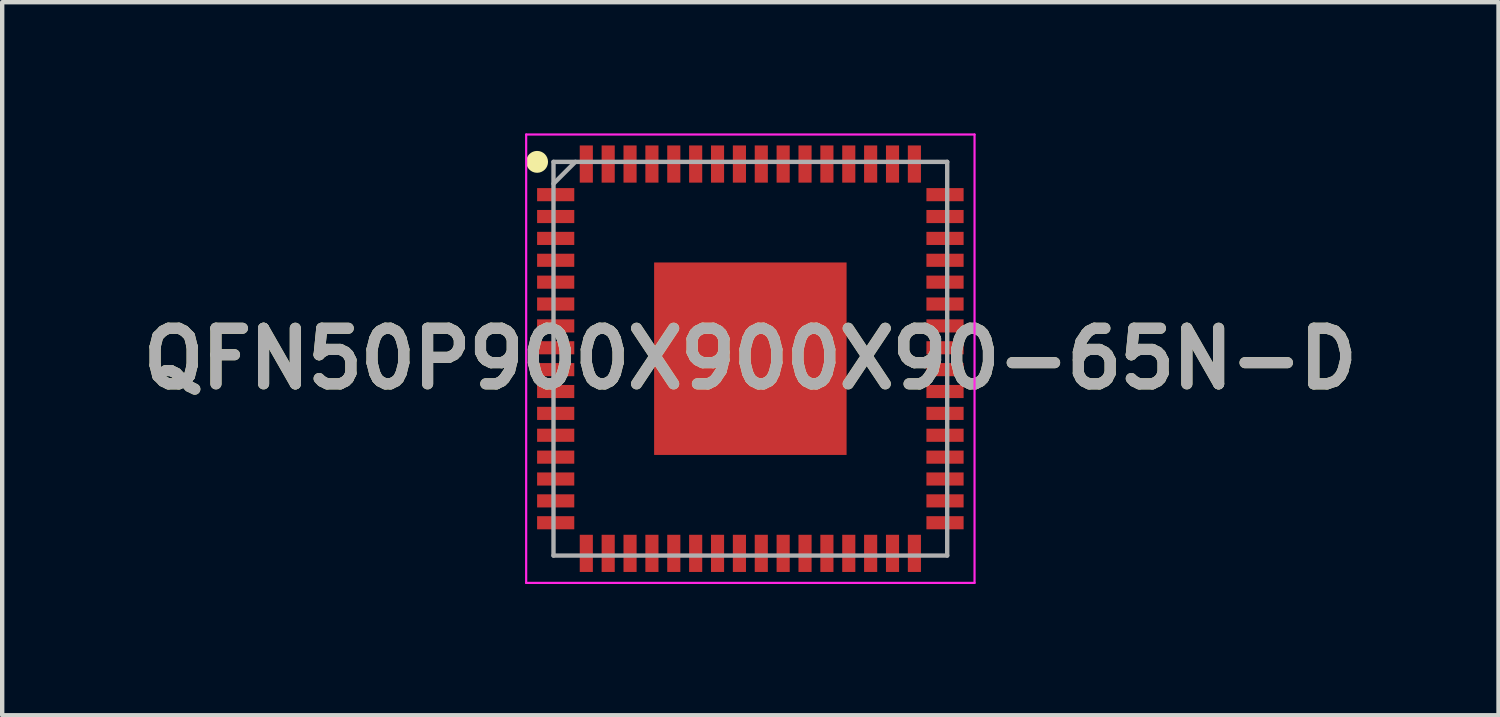
<source format=kicad_pcb>
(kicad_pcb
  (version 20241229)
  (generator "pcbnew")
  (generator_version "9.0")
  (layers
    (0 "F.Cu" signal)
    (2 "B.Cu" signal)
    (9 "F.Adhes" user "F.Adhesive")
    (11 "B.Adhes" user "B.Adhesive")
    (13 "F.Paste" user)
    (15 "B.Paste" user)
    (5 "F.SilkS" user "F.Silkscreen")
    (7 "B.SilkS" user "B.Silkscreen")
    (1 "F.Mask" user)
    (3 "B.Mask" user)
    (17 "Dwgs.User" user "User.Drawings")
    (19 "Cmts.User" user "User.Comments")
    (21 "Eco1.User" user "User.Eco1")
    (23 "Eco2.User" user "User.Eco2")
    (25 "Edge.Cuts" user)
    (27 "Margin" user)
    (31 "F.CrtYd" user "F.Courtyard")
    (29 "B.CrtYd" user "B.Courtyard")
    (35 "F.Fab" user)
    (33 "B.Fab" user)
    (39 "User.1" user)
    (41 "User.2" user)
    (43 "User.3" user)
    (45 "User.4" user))
  (footprint "QFN50P900X900X90-65N-D"
    (layer "F.Cu")
    (at 14.103 5.15)
    (property "Reference" "QFN50P900X900X90-65N-D" (at 0 0 0) (layer "F.SilkS") (effects (font (size 1.27 1.27) (thickness 0.254))))
    (attr smd)
    (fp_circle (center -4.875 -4.5) (end -4.875 -4.375) (stroke (width 0.25) (type solid)) (fill no) (layer "F.SilkS"))
    (fp_line (start -5.125 -5.125) (end 5.125 -5.125) (stroke (width 0.05) (type solid)) (layer "F.CrtYd"))
    (fp_line (start -5.125 5.125) (end -5.125 -5.125) (stroke (width 0.05) (type solid)) (layer "F.CrtYd"))
    (fp_line (start 5.125 -5.125) (end 5.125 5.125) (stroke (width 0.05) (type solid)) (layer "F.CrtYd"))
    (fp_line (start 5.125 5.125) (end -5.125 5.125) (stroke (width 0.05) (type solid)) (layer "F.CrtYd"))
    (fp_line (start -4.5 -4.5) (end 4.5 -4.5) (stroke (width 0.1) (type solid)) (layer "F.Fab"))
    (fp_line (start -4.5 -4) (end -4 -4.5) (stroke (width 0.1) (type solid)) (layer "F.Fab"))
    (fp_line (start -4.5 4.5) (end -4.5 -4.5) (stroke (width 0.1) (type solid)) (layer "F.Fab"))
    (fp_line (start 4.5 -4.5) (end 4.5 4.5) (stroke (width 0.1) (type solid)) (layer "F.Fab"))
    (fp_line (start 4.5 4.5) (end -4.5 4.5) (stroke (width 0.1) (type solid)) (layer "F.Fab"))
    (fp_text user "${REFERENCE}" (at 0 0 0) (layer "F.Fab") (effects (font (size 1.27 1.27) (thickness 0.254))))
    (pad "1" smd rect (at -4.45 -3.75 90) (size 0.3 0.85) (layers "F.Cu" "F.Mask" "F.Paste"))
    (pad "2" smd rect (at -4.45 -3.25 90) (size 0.3 0.85) (layers "F.Cu" "F.Mask" "F.Paste"))
    (pad "3" smd rect (at -4.45 -2.75 90) (size 0.3 0.85) (layers "F.Cu" "F.Mask" "F.Paste"))
    (pad "4" smd rect (at -4.45 -2.25 90) (size 0.3 0.85) (layers "F.Cu" "F.Mask" "F.Paste"))
    (pad "5" smd rect (at -4.45 -1.75 90) (size 0.3 0.85) (layers "F.Cu" "F.Mask" "F.Paste"))
    (pad "6" smd rect (at -4.45 -1.25 90) (size 0.3 0.85) (layers "F.Cu" "F.Mask" "F.Paste"))
    (pad "7" smd rect (at -4.45 -0.75 90) (size 0.3 0.85) (layers "F.Cu" "F.Mask" "F.Paste"))
    (pad "8" smd rect (at -4.45 -0.25 90) (size 0.3 0.85) (layers "F.Cu" "F.Mask" "F.Paste"))
    (pad "9" smd rect (at -4.45 0.25 90) (size 0.3 0.85) (layers "F.Cu" "F.Mask" "F.Paste"))
    (pad "10" smd rect (at -4.45 0.75 90) (size 0.3 0.85) (layers "F.Cu" "F.Mask" "F.Paste"))
    (pad "11" smd rect (at -4.45 1.25 90) (size 0.3 0.85) (layers "F.Cu" "F.Mask" "F.Paste"))
    (pad "12" smd rect (at -4.45 1.75 90) (size 0.3 0.85) (layers "F.Cu" "F.Mask" "F.Paste"))
    (pad "13" smd rect (at -4.45 2.25 90) (size 0.3 0.85) (layers "F.Cu" "F.Mask" "F.Paste"))
    (pad "14" smd rect (at -4.45 2.75 90) (size 0.3 0.85) (layers "F.Cu" "F.Mask" "F.Paste"))
    (pad "15" smd rect (at -4.45 3.25 90) (size 0.3 0.85) (layers "F.Cu" "F.Mask" "F.Paste"))
    (pad "16" smd rect (at -4.45 3.75 90) (size 0.3 0.85) (layers "F.Cu" "F.Mask" "F.Paste"))
    (pad "17" smd rect (at -3.75 4.45) (size 0.3 0.85) (layers "F.Cu" "F.Mask" "F.Paste"))
    (pad "18" smd rect (at -3.25 4.45) (size 0.3 0.85) (layers "F.Cu" "F.Mask" "F.Paste"))
    (pad "19" smd rect (at -2.75 4.45) (size 0.3 0.85) (layers "F.Cu" "F.Mask" "F.Paste"))
    (pad "20" smd rect (at -2.25 4.45) (size 0.3 0.85) (layers "F.Cu" "F.Mask" "F.Paste"))
    (pad "21" smd rect (at -1.75 4.45) (size 0.3 0.85) (layers "F.Cu" "F.Mask" "F.Paste"))
    (pad "22" smd rect (at -1.25 4.45) (size 0.3 0.85) (layers "F.Cu" "F.Mask" "F.Paste"))
    (pad "23" smd rect (at -0.75 4.45) (size 0.3 0.85) (layers "F.Cu" "F.Mask" "F.Paste"))
    (pad "24" smd rect (at -0.25 4.45) (size 0.3 0.85) (layers "F.Cu" "F.Mask" "F.Paste"))
    (pad "25" smd rect (at 0.25 4.45) (size 0.3 0.85) (layers "F.Cu" "F.Mask" "F.Paste"))
    (pad "26" smd rect (at 0.75 4.45) (size 0.3 0.85) (layers "F.Cu" "F.Mask" "F.Paste"))
    (pad "27" smd rect (at 1.25 4.45) (size 0.3 0.85) (layers "F.Cu" "F.Mask" "F.Paste"))
    (pad "28" smd rect (at 1.75 4.45) (size 0.3 0.85) (layers "F.Cu" "F.Mask" "F.Paste"))
    (pad "29" smd rect (at 2.25 4.45) (size 0.3 0.85) (layers "F.Cu" "F.Mask" "F.Paste"))
    (pad "30" smd rect (at 2.75 4.45) (size 0.3 0.85) (layers "F.Cu" "F.Mask" "F.Paste"))
    (pad "31" smd rect (at 3.25 4.45) (size 0.3 0.85) (layers "F.Cu" "F.Mask" "F.Paste"))
    (pad "32" smd rect (at 3.75 4.45) (size 0.3 0.85) (layers "F.Cu" "F.Mask" "F.Paste"))
    (pad "33" smd rect (at 4.45 3.75 90) (size 0.3 0.85) (layers "F.Cu" "F.Mask" "F.Paste"))
    (pad "34" smd rect (at 4.45 3.25 90) (size 0.3 0.85) (layers "F.Cu" "F.Mask" "F.Paste"))
    (pad "35" smd rect (at 4.45 2.75 90) (size 0.3 0.85) (layers "F.Cu" "F.Mask" "F.Paste"))
    (pad "36" smd rect (at 4.45 2.25 90) (size 0.3 0.85) (layers "F.Cu" "F.Mask" "F.Paste"))
    (pad "37" smd rect (at 4.45 1.75 90) (size 0.3 0.85) (layers "F.Cu" "F.Mask" "F.Paste"))
    (pad "38" smd rect (at 4.45 1.25 90) (size 0.3 0.85) (layers "F.Cu" "F.Mask" "F.Paste"))
    (pad "39" smd rect (at 4.45 0.75 90) (size 0.3 0.85) (layers "F.Cu" "F.Mask" "F.Paste"))
    (pad "40" smd rect (at 4.45 0.25 90) (size 0.3 0.85) (layers "F.Cu" "F.Mask" "F.Paste"))
    (pad "41" smd rect (at 4.45 -0.25 90) (size 0.3 0.85) (layers "F.Cu" "F.Mask" "F.Paste"))
    (pad "42" smd rect (at 4.45 -0.75 90) (size 0.3 0.85) (layers "F.Cu" "F.Mask" "F.Paste"))
    (pad "43" smd rect (at 4.45 -1.25 90) (size 0.3 0.85) (layers "F.Cu" "F.Mask" "F.Paste"))
    (pad "44" smd rect (at 4.45 -1.75 90) (size 0.3 0.85) (layers "F.Cu" "F.Mask" "F.Paste"))
    (pad "45" smd rect (at 4.45 -2.25 90) (size 0.3 0.85) (layers "F.Cu" "F.Mask" "F.Paste"))
    (pad "46" smd rect (at 4.45 -2.75 90) (size 0.3 0.85) (layers "F.Cu" "F.Mask" "F.Paste"))
    (pad "47" smd rect (at 4.45 -3.25 90) (size 0.3 0.85) (layers "F.Cu" "F.Mask" "F.Paste"))
    (pad "48" smd rect (at 4.45 -3.75 90) (size 0.3 0.85) (layers "F.Cu" "F.Mask" "F.Paste"))
    (pad "49" smd rect (at 3.75 -4.45) (size 0.3 0.85) (layers "F.Cu" "F.Mask" "F.Paste"))
    (pad "50" smd rect (at 3.25 -4.45) (size 0.3 0.85) (layers "F.Cu" "F.Mask" "F.Paste"))
    (pad "51" smd rect (at 2.75 -4.45) (size 0.3 0.85) (layers "F.Cu" "F.Mask" "F.Paste"))
    (pad "52" smd rect (at 2.25 -4.45) (size 0.3 0.85) (layers "F.Cu" "F.Mask" "F.Paste"))
    (pad "53" smd rect (at 1.75 -4.45) (size 0.3 0.85) (layers "F.Cu" "F.Mask" "F.Paste"))
    (pad "54" smd rect (at 1.25 -4.45) (size 0.3 0.85) (layers "F.Cu" "F.Mask" "F.Paste"))
    (pad "55" smd rect (at 0.75 -4.45) (size 0.3 0.85) (layers "F.Cu" "F.Mask" "F.Paste"))
    (pad "56" smd rect (at 0.25 -4.45) (size 0.3 0.85) (layers "F.Cu" "F.Mask" "F.Paste"))
    (pad "57" smd rect (at -0.25 -4.45) (size 0.3 0.85) (layers "F.Cu" "F.Mask" "F.Paste"))
    (pad "58" smd rect (at -0.75 -4.45) (size 0.3 0.85) (layers "F.Cu" "F.Mask" "F.Paste"))
    (pad "59" smd rect (at -1.25 -4.45) (size 0.3 0.85) (layers "F.Cu" "F.Mask" "F.Paste"))
    (pad "60" smd rect (at -1.75 -4.45) (size 0.3 0.85) (layers "F.Cu" "F.Mask" "F.Paste"))
    (pad "61" smd rect (at -2.25 -4.45) (size 0.3 0.85) (layers "F.Cu" "F.Mask" "F.Paste"))
    (pad "62" smd rect (at -2.75 -4.45) (size 0.3 0.85) (layers "F.Cu" "F.Mask" "F.Paste"))
    (pad "63" smd rect (at -3.25 -4.45) (size 0.3 0.85) (layers "F.Cu" "F.Mask" "F.Paste"))
    (pad "64" smd rect (at -3.75 -4.45) (size 0.3 0.85) (layers "F.Cu" "F.Mask" "F.Paste"))
    (pad "65" smd rect (at 0 0) (size 4.4 4.4) (layers "F.Cu" "F.Mask" "F.Paste")))
  (gr_rect
    (start -3 -3)
    (end 31.206 13.3)
    (stroke (width 0.1) (type default))
    (fill no)
    (layer "Edge.Cuts")))
</source>
